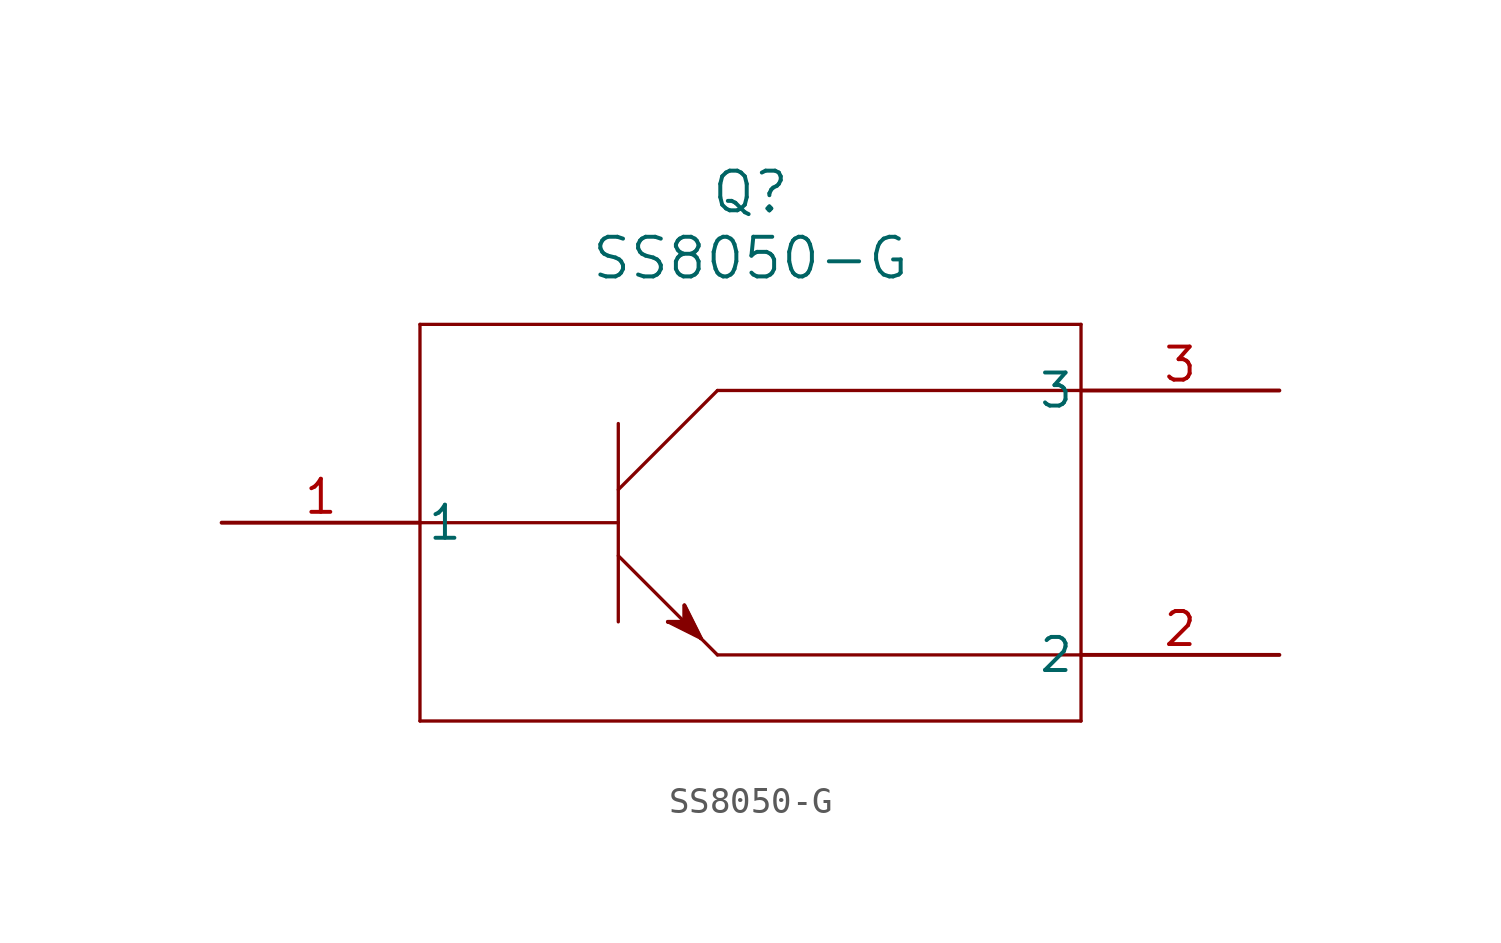
<source format=kicad_sym>
(kicad_symbol_lib
  (version 20211014)
  (generator kicad_symbol_editor)
  (symbol "SS8050-G"
    (pin_names
      (offset 0.254))
    (property "Reference" "Q"
      (at 20.32 12.7 0)
      (effects (font (size 1.524 1.524))))
    (property "Value" "SS8050-G"
      (at 20.32 10.16 0)
      (effects (font (size 1.524 1.524))))
    (polyline
      (pts (xy 7.62 7.62) (xy 7.62 -7.62))
      (stroke (width 0.127) (type default) (color 0 0 0 0))
      (fill (type none)))
    (polyline
      (pts (xy 7.62 -7.62) (xy 33.02 -7.62))
      (stroke (width 0.127) (type default) (color 0 0 0 0))
      (fill (type none)))
    (polyline
      (pts (xy 33.02 -7.62) (xy 33.02 7.62))
      (stroke (width 0.127) (type default) (color 0 0 0 0))
      (fill (type none)))
    (polyline
      (pts (xy 33.02 7.62) (xy 7.62 7.62))
      (stroke (width 0.127) (type default) (color 0 0 0 0))
      (fill (type none)))
    (polyline
      (pts (xy 15.24 3.81) (xy 15.24 -3.81))
      (stroke (width 0.127) (type default) (color 0 0 0 0))
      (fill (type none)))
    (polyline
      (pts (xy 7.62 0) (xy 15.24 0))
      (stroke (width 0.127) (type default) (color 0 0 0 0))
      (fill (type none)))
    (polyline
      (pts (xy 15.24 -1.27) (xy 17.78 -3.81))
      (stroke (width 0.127) (type default) (color 0 0 0 0))
      (fill (type none)))
    (polyline
      (pts (xy 15.24 1.27) (xy 19.05 5.08))
      (stroke (width 0.127) (type default) (color 0 0 0 0))
      (fill (type none)))
    (polyline
      (pts (xy 19.05 -5.08) (xy 33.02 -5.08))
      (stroke (width 0.127) (type default) (color 0 0 0 0))
      (fill (type none)))
    (polyline
      (pts (xy 19.05 5.08) (xy 33.02 5.08))
      (stroke (width 0.127) (type default) (color 0 0 0 0))
      (fill (type none)))
    (polyline
      (pts (xy 18.415 -4.445) (xy 17.78 -3.175))
      (stroke (width 0.127) (type default) (color 0 0 0 0))
      (fill (type none)))
    (polyline
      (pts (xy 17.78 -3.175) (xy 17.78 -3.81))
      (stroke (width 0.127) (type default) (color 0 0 0 0))
      (fill (type none)))
    (polyline
      (pts (xy 17.78 -3.81) (xy 17.145 -3.81))
      (stroke (width 0.127) (type default) (color 0 0 0 0))
      (fill (type none)))
    (polyline
      (pts (xy 17.145 -3.81) (xy 18.415 -4.445))
      (stroke (width 0.127) (type default) (color 0 0 0 0))
      (fill (type none)))
    (polyline
      (pts (xy 18.415 -4.445) (xy 19.05 -5.08))
      (stroke (width 0.127) (type default) (color 0 0 0 0))
      (fill (type none)))
    (polyline
      (pts (xy 17.145 -3.81) (xy 17.78 -3.81) (xy 17.78 -3.175) (xy 18.415 -4.445))
      (stroke (width 0) (type default) (color 0 0 0 0))
      (fill (type outline)))
    (pin unspecified line
      (at 0 0 0)
      (length 7.62)
      (name "1" (effects (font (size 1.27 1.27))))
      (number "1" (effects (font (size 1.27 1.27)))))
    (pin unspecified line
      (at 40.64 -5.08 180)
      (length 7.62)
      (name "2" (effects (font (size 1.27 1.27))))
      (number "2" (effects (font (size 1.27 1.27)))))
    (pin unspecified line
      (at 40.64 5.08 180)
      (length 7.62)
      (name "3" (effects (font (size 1.27 1.27))))
      (number "3" (effects (font (size 1.27 1.27)))))))
</source>
